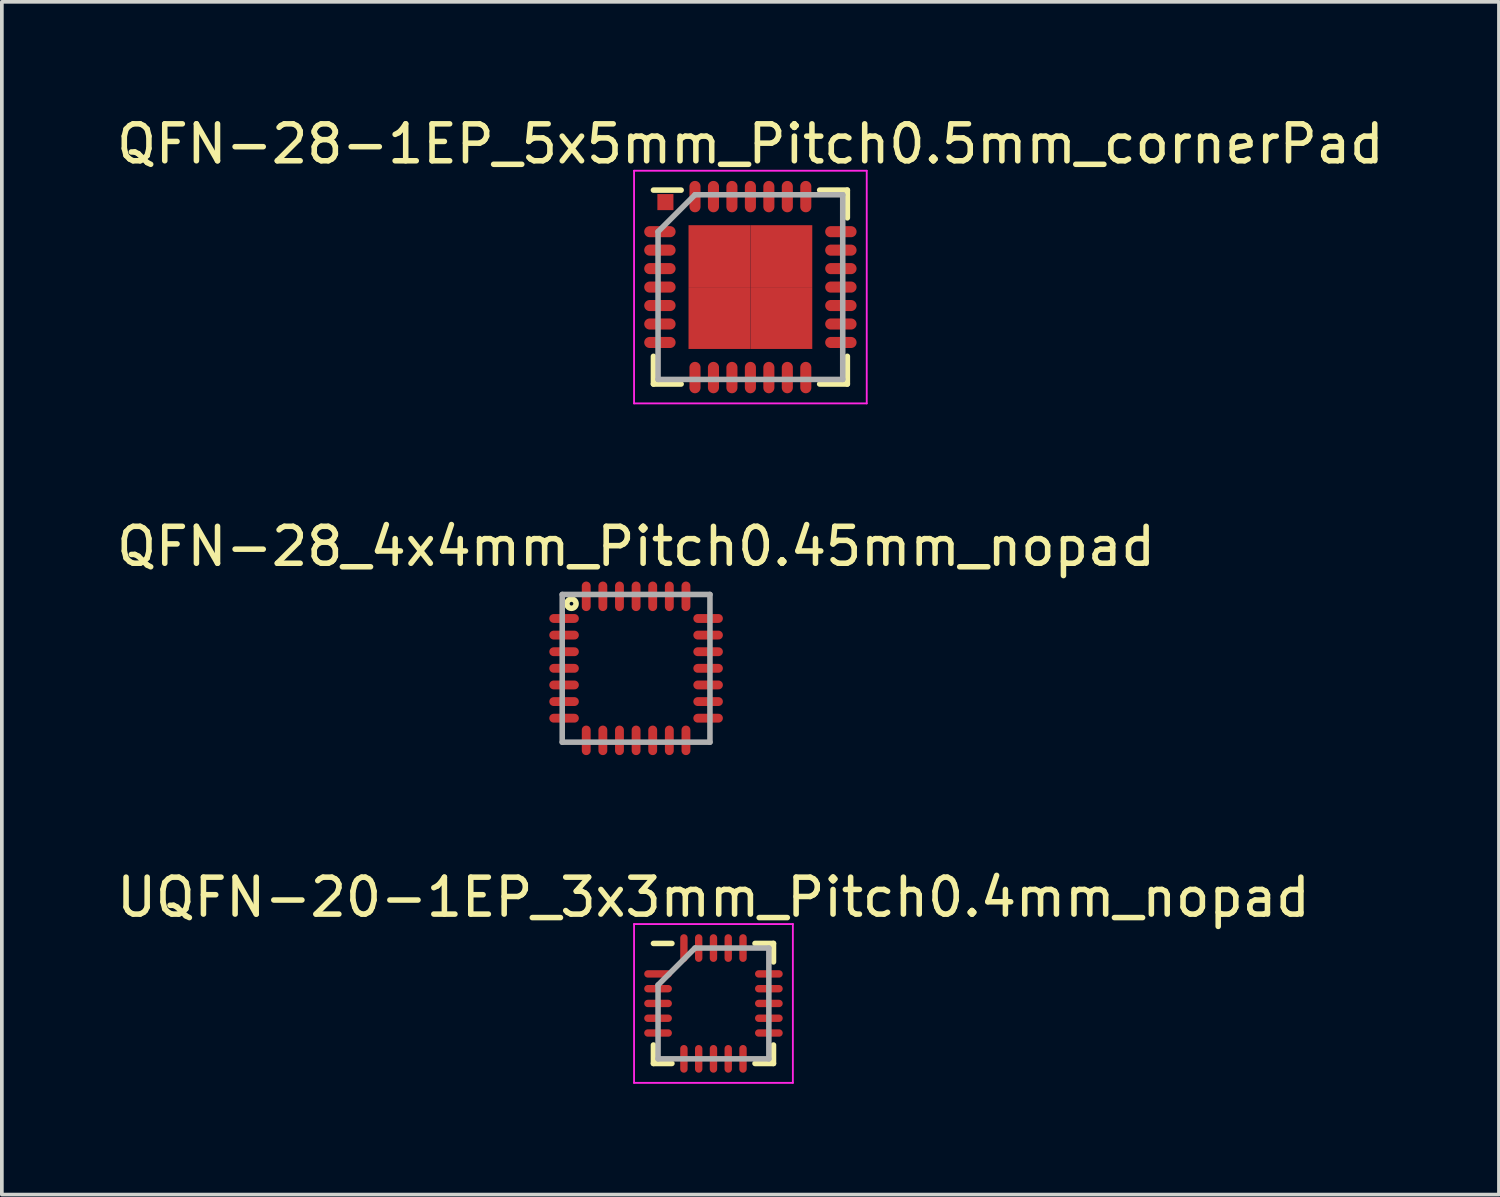
<source format=kicad_pcb>
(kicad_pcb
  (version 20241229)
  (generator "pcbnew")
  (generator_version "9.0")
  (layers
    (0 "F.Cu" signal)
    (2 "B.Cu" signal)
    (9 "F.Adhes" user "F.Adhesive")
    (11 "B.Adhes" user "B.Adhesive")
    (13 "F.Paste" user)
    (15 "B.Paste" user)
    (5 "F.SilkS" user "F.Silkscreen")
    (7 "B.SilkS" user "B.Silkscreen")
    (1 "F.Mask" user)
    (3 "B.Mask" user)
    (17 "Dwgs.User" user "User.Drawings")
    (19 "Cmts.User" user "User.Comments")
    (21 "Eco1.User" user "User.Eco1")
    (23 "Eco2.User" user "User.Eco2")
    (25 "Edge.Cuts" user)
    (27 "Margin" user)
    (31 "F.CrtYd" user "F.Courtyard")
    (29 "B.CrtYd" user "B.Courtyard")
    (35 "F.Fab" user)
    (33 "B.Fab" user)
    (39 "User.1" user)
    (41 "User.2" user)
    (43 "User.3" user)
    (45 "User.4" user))
  (footprint "UQFN-20-1EP_3x3mm_Pitch0.4mm_nopad"
    (layer "F.Cu")
    (at 16.268 24.12)
    (property "Reference" "UQFN-20-1EP_3x3mm_Pitch0.4mm_nopad" (at 0 -2.875 0) (layer "F.SilkS") (effects (font (size 1 1) (thickness 0.15))))
    (attr smd)
    (fp_line (start -1.625 -1.625) (end -1.125 -1.625) (stroke (width 0.15) (type solid)) (layer "F.SilkS"))
    (fp_line (start -1.625 1.625) (end -1.625 1.125) (stroke (width 0.15) (type solid)) (layer "F.SilkS"))
    (fp_line (start -1.625 1.625) (end -1.125 1.625) (stroke (width 0.15) (type solid)) (layer "F.SilkS"))
    (fp_line (start 1.625 -1.625) (end 1.125 -1.625) (stroke (width 0.15) (type solid)) (layer "F.SilkS"))
    (fp_line (start 1.625 -1.625) (end 1.625 -1.125) (stroke (width 0.15) (type solid)) (layer "F.SilkS"))
    (fp_line (start 1.625 1.625) (end 1.125 1.625) (stroke (width 0.15) (type solid)) (layer "F.SilkS"))
    (fp_line (start 1.625 1.625) (end 1.625 1.125) (stroke (width 0.15) (type solid)) (layer "F.SilkS"))
    (fp_line (start -2.15 -2.15) (end -2.15 2.15) (stroke (width 0.05) (type solid)) (layer "F.CrtYd"))
    (fp_line (start -2.15 -2.15) (end 2.15 -2.15) (stroke (width 0.05) (type solid)) (layer "F.CrtYd"))
    (fp_line (start -2.15 2.15) (end 2.15 2.15) (stroke (width 0.05) (type solid)) (layer "F.CrtYd"))
    (fp_line (start 2.15 -2.15) (end 2.15 2.15) (stroke (width 0.05) (type solid)) (layer "F.CrtYd"))
    (fp_line (start -1.5 -0.5) (end -0.5 -1.5) (stroke (width 0.15) (type solid)) (layer "F.Fab"))
    (fp_line (start -1.5 1.5) (end -1.5 -0.5) (stroke (width 0.15) (type solid)) (layer "F.Fab"))
    (fp_line (start -0.5 -1.5) (end 1.5 -1.5) (stroke (width 0.15) (type solid)) (layer "F.Fab"))
    (fp_line (start 1.5 -1.5) (end 1.5 1.5) (stroke (width 0.15) (type solid)) (layer "F.Fab"))
    (fp_line (start 1.5 1.5) (end -1.5 1.5) (stroke (width 0.15) (type solid)) (layer "F.Fab"))
    (pad "1" smd oval (at -1.5 -0.8) (size 0.75 0.2) (layers "F.Cu" "F.Mask" "F.Paste"))
    (pad "2" smd oval (at -1.5 -0.4) (size 0.75 0.2) (layers "F.Cu" "F.Mask" "F.Paste"))
    (pad "3" smd oval (at -1.5 0) (size 0.75 0.2) (layers "F.Cu" "F.Mask" "F.Paste"))
    (pad "4" smd oval (at -1.5 0.4) (size 0.75 0.2) (layers "F.Cu" "F.Mask" "F.Paste"))
    (pad "5" smd oval (at -1.5 0.8) (size 0.75 0.2) (layers "F.Cu" "F.Mask" "F.Paste"))
    (pad "6" smd oval (at -0.8 1.5 90) (size 0.75 0.2) (layers "F.Cu" "F.Mask" "F.Paste"))
    (pad "7" smd oval (at -0.4 1.5 90) (size 0.75 0.2) (layers "F.Cu" "F.Mask" "F.Paste"))
    (pad "8" smd oval (at 0 1.5 90) (size 0.75 0.2) (layers "F.Cu" "F.Mask" "F.Paste"))
    (pad "9" smd oval (at 0.4 1.5 90) (size 0.75 0.2) (layers "F.Cu" "F.Mask" "F.Paste"))
    (pad "10" smd oval (at 0.8 1.5 90) (size 0.75 0.2) (layers "F.Cu" "F.Mask" "F.Paste"))
    (pad "11" smd oval (at 1.5 0.8) (size 0.75 0.2) (layers "F.Cu" "F.Mask" "F.Paste"))
    (pad "12" smd oval (at 1.5 0.4) (size 0.75 0.2) (layers "F.Cu" "F.Mask" "F.Paste"))
    (pad "13" smd oval (at 1.5 0) (size 0.75 0.2) (layers "F.Cu" "F.Mask" "F.Paste"))
    (pad "14" smd oval (at 1.5 -0.4) (size 0.75 0.2) (layers "F.Cu" "F.Mask" "F.Paste"))
    (pad "15" smd oval (at 1.5 -0.8) (size 0.75 0.2) (layers "F.Cu" "F.Mask" "F.Paste"))
    (pad "16" smd oval (at 0.8 -1.5 90) (size 0.75 0.2) (layers "F.Cu" "F.Mask" "F.Paste"))
    (pad "17" smd oval (at 0.4 -1.5 90) (size 0.75 0.2) (layers "F.Cu" "F.Mask" "F.Paste"))
    (pad "18" smd oval (at 0 -1.5 90) (size 0.75 0.2) (layers "F.Cu" "F.Mask" "F.Paste"))
    (pad "19" smd oval (at -0.4 -1.5 90) (size 0.75 0.2) (layers "F.Cu" "F.Mask" "F.Paste"))
    (pad "20" smd oval (at -0.8 -1.5 90) (size 0.75 0.2) (layers "F.Cu" "F.Mask" "F.Paste")))
  (footprint "QFN-28-1EP_5x5mm_Pitch0.5mm_cornerPad"
    (layer "F.Cu")
    (at 17.268 4.723)
    (property "Reference" "QFN-28-1EP_5x5mm_Pitch0.5mm_cornerPad" (at 0 -3.875 0) (layer "F.SilkS") (effects (font (size 1 1) (thickness 0.15))))
    (attr smd)
    (fp_line (start -2.625 -2.625) (end -1.875 -2.625) (stroke (width 0.15) (type solid)) (layer "F.SilkS"))
    (fp_line (start -2.625 2.625) (end -2.625 1.875) (stroke (width 0.15) (type solid)) (layer "F.SilkS"))
    (fp_line (start -2.625 2.625) (end -1.875 2.625) (stroke (width 0.15) (type solid)) (layer "F.SilkS"))
    (fp_line (start 2.625 -2.625) (end 1.875 -2.625) (stroke (width 0.15) (type solid)) (layer "F.SilkS"))
    (fp_line (start 2.625 -2.625) (end 2.625 -1.875) (stroke (width 0.15) (type solid)) (layer "F.SilkS"))
    (fp_line (start 2.625 2.625) (end 1.875 2.625) (stroke (width 0.15) (type solid)) (layer "F.SilkS"))
    (fp_line (start 2.625 2.625) (end 2.625 1.875) (stroke (width 0.15) (type solid)) (layer "F.SilkS"))
    (fp_line (start -3.15 -3.15) (end -3.15 3.15) (stroke (width 0.05) (type solid)) (layer "F.CrtYd"))
    (fp_line (start -3.15 -3.15) (end 3.15 -3.15) (stroke (width 0.05) (type solid)) (layer "F.CrtYd"))
    (fp_line (start -3.15 3.15) (end 3.15 3.15) (stroke (width 0.05) (type solid)) (layer "F.CrtYd"))
    (fp_line (start 3.15 -3.15) (end 3.15 3.15) (stroke (width 0.05) (type solid)) (layer "F.CrtYd"))
    (fp_line (start -2.5 -1.5) (end -1.5 -2.5) (stroke (width 0.15) (type solid)) (layer "F.Fab"))
    (fp_line (start -2.5 2.5) (end -2.5 -1.5) (stroke (width 0.15) (type solid)) (layer "F.Fab"))
    (fp_line (start -1.5 -2.5) (end 2.5 -2.5) (stroke (width 0.15) (type solid)) (layer "F.Fab"))
    (fp_line (start 2.5 -2.5) (end 2.5 2.5) (stroke (width 0.15) (type solid)) (layer "F.Fab"))
    (fp_line (start 2.5 2.5) (end -2.5 2.5) (stroke (width 0.15) (type solid)) (layer "F.Fab"))
    (pad "1" smd oval (at -2.45 -1.5) (size 0.85 0.3) (layers "F.Cu" "F.Mask" "F.Paste"))
    (pad "2" smd oval (at -2.45 -1) (size 0.85 0.3) (layers "F.Cu" "F.Mask" "F.Paste"))
    (pad "3" smd oval (at -2.45 -0.5) (size 0.85 0.3) (layers "F.Cu" "F.Mask" "F.Paste"))
    (pad "4" smd oval (at -2.45 0) (size 0.85 0.3) (layers "F.Cu" "F.Mask" "F.Paste"))
    (pad "5" smd oval (at -2.45 0.5) (size 0.85 0.3) (layers "F.Cu" "F.Mask" "F.Paste"))
    (pad "6" smd oval (at -2.45 1) (size 0.85 0.3) (layers "F.Cu" "F.Mask" "F.Paste"))
    (pad "7" smd oval (at -2.45 1.5) (size 0.85 0.3) (layers "F.Cu" "F.Mask" "F.Paste"))
    (pad "8" smd oval (at -1.5 2.45 90) (size 0.85 0.3) (layers "F.Cu" "F.Mask" "F.Paste"))
    (pad "9" smd oval (at -1 2.45 90) (size 0.85 0.3) (layers "F.Cu" "F.Mask" "F.Paste"))
    (pad "10" smd oval (at -0.5 2.45 90) (size 0.85 0.3) (layers "F.Cu" "F.Mask" "F.Paste"))
    (pad "11" smd oval (at 0 2.45 90) (size 0.85 0.3) (layers "F.Cu" "F.Mask" "F.Paste"))
    (pad "12" smd oval (at 0.5 2.45 90) (size 0.85 0.3) (layers "F.Cu" "F.Mask" "F.Paste"))
    (pad "13" smd oval (at 1 2.45 90) (size 0.85 0.3) (layers "F.Cu" "F.Mask" "F.Paste"))
    (pad "14" smd oval (at 1.5 2.45 90) (size 0.85 0.3) (layers "F.Cu" "F.Mask" "F.Paste"))
    (pad "15" smd oval (at 2.45 1.5) (size 0.85 0.3) (layers "F.Cu" "F.Mask" "F.Paste"))
    (pad "16" smd oval (at 2.45 1) (size 0.85 0.3) (layers "F.Cu" "F.Mask" "F.Paste"))
    (pad "17" smd oval (at 2.45 0.5) (size 0.85 0.3) (layers "F.Cu" "F.Mask" "F.Paste"))
    (pad "18" smd oval (at 2.45 0) (size 0.85 0.3) (layers "F.Cu" "F.Mask" "F.Paste"))
    (pad "19" smd oval (at 2.45 -0.5) (size 0.85 0.3) (layers "F.Cu" "F.Mask" "F.Paste"))
    (pad "20" smd oval (at 2.45 -1) (size 0.85 0.3) (layers "F.Cu" "F.Mask" "F.Paste"))
    (pad "21" smd oval (at 2.45 -1.5) (size 0.85 0.3) (layers "F.Cu" "F.Mask" "F.Paste"))
    (pad "22" smd oval (at 1.5 -2.45 90) (size 0.85 0.3) (layers "F.Cu" "F.Mask" "F.Paste"))
    (pad "23" smd oval (at 1 -2.45 90) (size 0.85 0.3) (layers "F.Cu" "F.Mask" "F.Paste"))
    (pad "24" smd oval (at 0.5 -2.45 90) (size 0.85 0.3) (layers "F.Cu" "F.Mask" "F.Paste"))
    (pad "25" smd oval (at 0 -2.45 90) (size 0.85 0.3) (layers "F.Cu" "F.Mask" "F.Paste"))
    (pad "26" smd oval (at -0.5 -2.45 90) (size 0.85 0.3) (layers "F.Cu" "F.Mask" "F.Paste"))
    (pad "27" smd oval (at -1 -2.45 90) (size 0.85 0.3) (layers "F.Cu" "F.Mask" "F.Paste"))
    (pad "28" smd oval (at -1.5 -2.45 90) (size 0.85 0.3) (layers "F.Cu" "F.Mask" "F.Paste"))
    (pad "29" smd rect (at -0.838 -0.838) (size 1.675 1.675) (layers "F.Cu" "F.Mask" "F.Paste"))
    (pad "29" smd rect (at -0.838 0.838) (size 1.675 1.675) (layers "F.Cu" "F.Mask" "F.Paste"))
    (pad "29" smd rect (at 0.838 -0.838) (size 1.675 1.675) (layers "F.Cu" "F.Mask" "F.Paste"))
    (pad "29" smd rect (at 0.838 0.838) (size 1.675 1.675) (layers "F.Cu" "F.Mask" "F.Paste"))
    (pad "30" smd rect (at -2.301 -2.301) (size 0.435 0.435) (layers "F.Cu" "F.Mask" "F.Paste")))
  (footprint "QFN-28_4x4mm_Pitch0.45mm_nopad"
    (layer "F.Cu")
    (at 14.173 15.046)
    (property "Reference" "QFN-28_4x4mm_Pitch0.45mm_nopad" (at 0 -3.3 0) (layer "F.SilkS") (effects (font (size 1 1) (thickness 0.15))))
    (attr through_hole)
    (fp_circle (center -1.75 -1.75) (end -1.7 -1.75) (stroke (width 0.15) (type solid)) (fill no) (layer "F.SilkS"))
    (fp_line (start -2 -2) (end -2 2) (stroke (width 0.15) (type solid)) (layer "F.Fab"))
    (fp_line (start -2 2) (end 2 2) (stroke (width 0.15) (type solid)) (layer "F.Fab"))
    (fp_line (start 2 -2) (end -2 -2) (stroke (width 0.15) (type solid)) (layer "F.Fab"))
    (fp_line (start 2 2) (end 2 -2) (stroke (width 0.15) (type solid)) (layer "F.Fab"))
    (pad "1" smd oval (at -1.95 -1.35) (size 0.8 0.24) (layers "F.Cu" "F.Mask" "F.Paste"))
    (pad "2" smd oval (at -1.95 -0.9) (size 0.8 0.24) (layers "F.Cu" "F.Mask" "F.Paste"))
    (pad "3" smd oval (at -1.95 -0.45) (size 0.8 0.24) (layers "F.Cu" "F.Mask" "F.Paste"))
    (pad "4" smd oval (at -1.95 0) (size 0.8 0.24) (layers "F.Cu" "F.Mask" "F.Paste"))
    (pad "5" smd oval (at -1.95 0.45) (size 0.8 0.24) (layers "F.Cu" "F.Mask" "F.Paste"))
    (pad "6" smd oval (at -1.95 0.9) (size 0.8 0.24) (layers "F.Cu" "F.Mask" "F.Paste"))
    (pad "7" smd oval (at -1.95 1.35) (size 0.8 0.24) (layers "F.Cu" "F.Mask" "F.Paste"))
    (pad "8" smd oval (at -1.35 1.95) (size 0.24 0.8) (layers "F.Cu" "F.Mask" "F.Paste"))
    (pad "9" smd oval (at -0.9 1.95) (size 0.24 0.8) (layers "F.Cu" "F.Mask" "F.Paste"))
    (pad "10" smd oval (at -0.45 1.95) (size 0.24 0.8) (layers "F.Cu" "F.Mask" "F.Paste"))
    (pad "11" smd oval (at 0 1.95) (size 0.24 0.8) (layers "F.Cu" "F.Mask" "F.Paste"))
    (pad "12" smd oval (at 0.45 1.95) (size 0.24 0.8) (layers "F.Cu" "F.Mask" "F.Paste"))
    (pad "13" smd oval (at 0.9 1.95) (size 0.24 0.8) (layers "F.Cu" "F.Mask" "F.Paste"))
    (pad "14" smd oval (at 1.35 1.95) (size 0.24 0.8) (layers "F.Cu" "F.Mask" "F.Paste"))
    (pad "15" smd oval (at 1.95 1.35) (size 0.8 0.24) (layers "F.Cu" "F.Mask" "F.Paste"))
    (pad "16" smd oval (at 1.95 0.9) (size 0.8 0.24) (layers "F.Cu" "F.Mask" "F.Paste"))
    (pad "17" smd oval (at 1.95 0.45) (size 0.8 0.24) (layers "F.Cu" "F.Mask" "F.Paste"))
    (pad "18" smd oval (at 1.95 0) (size 0.8 0.24) (layers "F.Cu" "F.Mask" "F.Paste"))
    (pad "19" smd oval (at 1.95 -0.45) (size 0.8 0.24) (layers "F.Cu" "F.Mask" "F.Paste"))
    (pad "20" smd oval (at 1.95 -0.9) (size 0.8 0.24) (layers "F.Cu" "F.Mask" "F.Paste"))
    (pad "21" smd oval (at 1.95 -1.35) (size 0.8 0.24) (layers "F.Cu" "F.Mask" "F.Paste"))
    (pad "22" smd oval (at 1.35 -1.95) (size 0.24 0.8) (layers "F.Cu" "F.Mask" "F.Paste"))
    (pad "23" smd oval (at 0.9 -1.95) (size 0.24 0.8) (layers "F.Cu" "F.Mask" "F.Paste"))
    (pad "24" smd oval (at 0.45 -1.95) (size 0.24 0.8) (layers "F.Cu" "F.Mask" "F.Paste"))
    (pad "25" smd oval (at 0 -1.95) (size 0.24 0.8) (layers "F.Cu" "F.Mask" "F.Paste"))
    (pad "26" smd oval (at -0.45 -1.95) (size 0.24 0.8) (layers "F.Cu" "F.Mask" "F.Paste"))
    (pad "27" smd oval (at -0.9 -1.95) (size 0.24 0.8) (layers "F.Cu" "F.Mask" "F.Paste"))
    (pad "28" smd oval (at -1.35 -1.95) (size 0.24 0.8) (layers "F.Cu" "F.Mask" "F.Paste")))
  (gr_rect
    (start -3 -3)
    (end 37.536 29.295)
    (stroke (width 0.1) (type default))
    (fill no)
    (layer "Edge.Cuts")))
</source>
